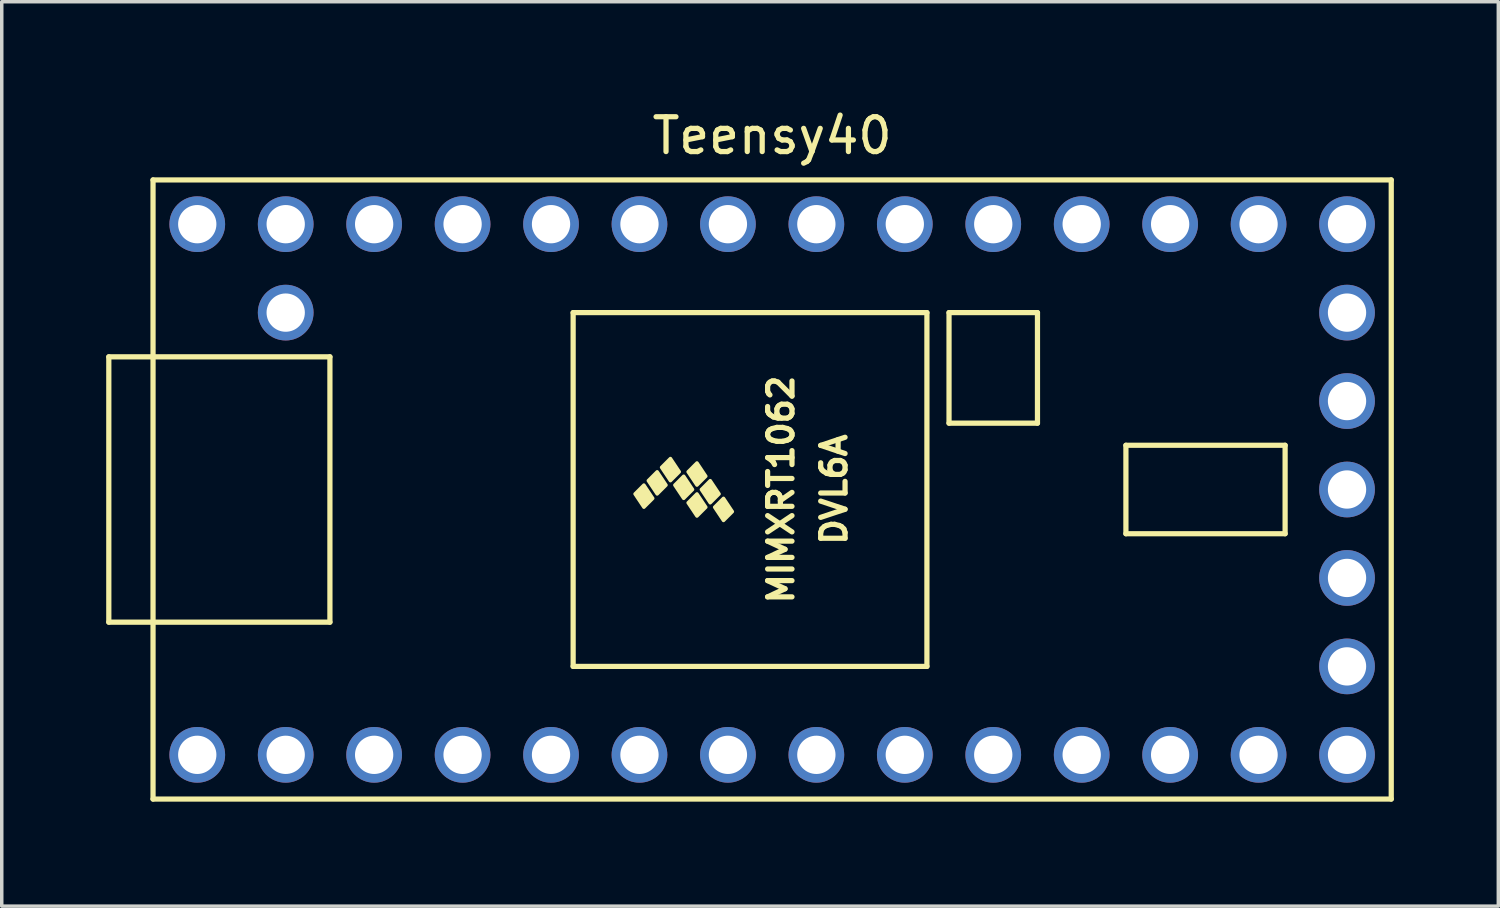
<source format=kicad_pcb>
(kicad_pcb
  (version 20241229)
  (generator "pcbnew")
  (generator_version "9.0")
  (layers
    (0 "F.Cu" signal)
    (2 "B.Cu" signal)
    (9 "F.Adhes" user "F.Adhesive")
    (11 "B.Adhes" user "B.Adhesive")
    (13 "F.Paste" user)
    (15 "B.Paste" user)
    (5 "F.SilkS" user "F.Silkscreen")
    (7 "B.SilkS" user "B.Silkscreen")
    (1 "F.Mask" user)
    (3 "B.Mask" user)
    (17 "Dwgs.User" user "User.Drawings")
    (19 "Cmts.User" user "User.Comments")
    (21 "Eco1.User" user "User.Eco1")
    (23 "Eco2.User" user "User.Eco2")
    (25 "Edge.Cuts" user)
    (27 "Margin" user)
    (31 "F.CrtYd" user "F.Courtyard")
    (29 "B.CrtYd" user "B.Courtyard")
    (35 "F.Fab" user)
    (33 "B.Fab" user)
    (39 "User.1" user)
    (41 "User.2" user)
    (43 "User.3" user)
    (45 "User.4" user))
  (footprint "Teensy40"
    (layer "F.Cu")
    (at 19.125 11.008)
    (property "Reference" "Teensy40" (at 0 -10.16 0) (layer "F.SilkS") (effects (font (size 1 1) (thickness 0.15))))
    (attr through_hole)
    (fp_line (start -19.05 -3.81) (end -17.78 -3.81) (stroke (width 0.15) (type solid)) (layer "F.SilkS"))
    (fp_line (start -19.05 3.81) (end -19.05 -3.81) (stroke (width 0.15) (type solid)) (layer "F.SilkS"))
    (fp_line (start -17.78 -8.89) (end 17.78 -8.89) (stroke (width 0.15) (type solid)) (layer "F.SilkS"))
    (fp_line (start -17.78 3.81) (end -19.05 3.81) (stroke (width 0.15) (type solid)) (layer "F.SilkS"))
    (fp_line (start -17.78 8.89) (end -17.78 -8.89) (stroke (width 0.15) (type solid)) (layer "F.SilkS"))
    (fp_line (start -12.7 -3.81) (end -17.78 -3.81) (stroke (width 0.15) (type solid)) (layer "F.SilkS"))
    (fp_line (start -12.7 3.81) (end -17.78 3.81) (stroke (width 0.15) (type solid)) (layer "F.SilkS"))
    (fp_line (start -12.7 3.81) (end -12.7 -3.81) (stroke (width 0.15) (type solid)) (layer "F.SilkS"))
    (fp_line (start -5.715 -5.08) (end -5.715 5.08) (stroke (width 0.15) (type solid)) (layer "F.SilkS"))
    (fp_line (start 4.445 -5.08) (end -5.715 -5.08) (stroke (width 0.15) (type solid)) (layer "F.SilkS"))
    (fp_line (start 4.445 5.08) (end -5.715 5.08) (stroke (width 0.15) (type solid)) (layer "F.SilkS"))
    (fp_line (start 4.445 5.08) (end 4.445 -5.08) (stroke (width 0.15) (type solid)) (layer "F.SilkS"))
    (fp_line (start 5.08 -5.08) (end 7.62 -5.08) (stroke (width 0.15) (type solid)) (layer "F.SilkS"))
    (fp_line (start 5.08 -1.905) (end 5.08 -5.08) (stroke (width 0.15) (type solid)) (layer "F.SilkS"))
    (fp_line (start 7.62 -5.08) (end 7.62 -1.905) (stroke (width 0.15) (type solid)) (layer "F.SilkS"))
    (fp_line (start 7.62 -1.905) (end 5.08 -1.905) (stroke (width 0.15) (type solid)) (layer "F.SilkS"))
    (fp_line (start 10.16 -1.27) (end 14.732 -1.27) (stroke (width 0.15) (type solid)) (layer "F.SilkS"))
    (fp_line (start 10.16 1.27) (end 10.16 -1.27) (stroke (width 0.15) (type solid)) (layer "F.SilkS"))
    (fp_line (start 14.732 -1.27) (end 14.732 1.27) (stroke (width 0.15) (type solid)) (layer "F.SilkS"))
    (fp_line (start 14.732 1.27) (end 10.16 1.27) (stroke (width 0.15) (type solid)) (layer "F.SilkS"))
    (fp_line (start 17.78 -8.89) (end 17.78 8.89) (stroke (width 0.15) (type solid)) (layer "F.SilkS"))
    (fp_line (start 17.78 8.89) (end -17.78 8.89) (stroke (width 0.15) (type solid)) (layer "F.SilkS"))
    (fp_poly (pts (xy -3.937 0.127) (xy -3.683 -0.127) (xy -3.429 0.254) (xy -3.683 0.508)) (stroke (width 0.1) (type solid)) (fill yes) (layer "F.SilkS"))
    (fp_poly (pts (xy -3.556 -0.254) (xy -3.302 -0.508) (xy -3.048 -0.127) (xy -3.302 0.127)) (stroke (width 0.1) (type solid)) (fill yes) (layer "F.SilkS"))
    (fp_poly (pts (xy -3.175 -0.635) (xy -2.921 -0.889) (xy -2.667 -0.508) (xy -2.921 -0.254)) (stroke (width 0.1) (type solid)) (fill yes) (layer "F.SilkS"))
    (fp_poly (pts (xy -2.794 -0.127) (xy -2.54 -0.381) (xy -2.286 0) (xy -2.54 0.254)) (stroke (width 0.1) (type solid)) (fill yes) (layer "F.SilkS"))
    (fp_poly (pts (xy -2.413 -0.508) (xy -2.159 -0.762) (xy -1.905 -0.381) (xy -2.159 -0.127)) (stroke (width 0.1) (type solid)) (fill yes) (layer "F.SilkS"))
    (fp_poly (pts (xy -2.413 0.381) (xy -2.159 0.127) (xy -1.905 0.508) (xy -2.159 0.762)) (stroke (width 0.1) (type solid)) (fill yes) (layer "F.SilkS"))
    (fp_poly (pts (xy -2.032 0) (xy -1.778 -0.254) (xy -1.524 0.127) (xy -1.778 0.381)) (stroke (width 0.1) (type solid)) (fill yes) (layer "F.SilkS"))
    (fp_poly (pts (xy -1.651 0.508) (xy -1.397 0.254) (xy -1.143 0.635) (xy -1.397 0.889)) (stroke (width 0.1) (type solid)) (fill yes) (layer "F.SilkS"))
    (fp_text user "DVL6A" (at 1.778 0 90) (layer "F.SilkS") (effects (font (size 0.7 0.7) (thickness 0.15))))
    (fp_text user "MIMXRT1062" (at 0.254 0 90) (layer "F.SilkS") (effects (font (size 0.7 0.7) (thickness 0.15))))
    (pad "" smd rect (at -11.31 -1.34) (size 2 1) (layers "F.Mask" "F.Paste"))
    (pad "" smd rect (at -11.31 1.2) (size 2 1) (layers "F.Mask" "F.Paste"))
    (pad "" smd rect (at -8.3 -4.8) (size 2 1) (layers "F.Mask" "F.Paste"))
    (pad "" smd rect (at -8.3 -3.53) (size 2 1) (layers "F.Mask" "F.Paste"))
    (pad "" smd rect (at -8.3 -2.26) (size 2 1) (layers "F.Mask" "F.Paste"))
    (pad "" smd rect (at -8.3 -0.99) (size 2 1) (layers "F.Mask" "F.Paste"))
    (pad "" smd rect (at -8.3 0.28) (size 2 1) (layers "F.Mask" "F.Paste"))
    (pad "" smd rect (at -8.3 1.55) (size 2 1) (layers "F.Mask" "F.Paste"))
    (pad "" smd rect (at -8.3 2.82) (size 2 1) (layers "F.Mask" "F.Paste"))
    (pad "" smd rect (at -8.3 4.09) (size 2 1) (layers "F.Mask" "F.Paste"))
    (pad "" smd rect (at 8.89 -5.08) (size 2 1) (layers "F.Mask" "F.Paste"))
    (pad "" smd rect (at 8.89 -2.54) (size 2 1) (layers "F.Mask" "F.Paste"))
    (pad "" smd rect (at 8.89 0) (size 2 1) (layers "F.Mask" "F.Paste"))
    (pad "" smd rect (at 8.89 2.54) (size 2 1) (layers "F.Mask" "F.Paste"))
    (pad "" smd rect (at 8.89 5.08) (size 2 1) (layers "F.Mask" "F.Paste"))
    (pad "" smd rect (at 11.43 -5.08) (size 2 1) (layers "F.Mask" "F.Paste"))
    (pad "" smd rect (at 11.43 -2.54) (size 2 1) (layers "F.Mask" "F.Paste"))
    (pad "" smd rect (at 11.43 0) (size 2 1) (layers "F.Mask" "F.Paste"))
    (pad "" smd rect (at 11.43 2.54) (size 2 1) (layers "F.Mask" "F.Paste"))
    (pad "" smd rect (at 11.43 5.08) (size 2 1) (layers "F.Mask" "F.Paste"))
    (pad "1" thru_hole circle (at -16.51 7.62) (size 1.6 1.6) (drill 1.1) (layers "*.Cu" "*.Mask"))
    (pad "2" thru_hole circle (at -13.97 7.62) (size 1.6 1.6) (drill 1.1) (layers "*.Cu" "*.Mask"))
    (pad "3" thru_hole circle (at -11.43 7.62) (size 1.6 1.6) (drill 1.1) (layers "*.Cu" "*.Mask"))
    (pad "4" thru_hole circle (at -8.89 7.62) (size 1.6 1.6) (drill 1.1) (layers "*.Cu" "*.Mask"))
    (pad "5" thru_hole circle (at -6.35 7.62) (size 1.6 1.6) (drill 1.1) (layers "*.Cu" "*.Mask"))
    (pad "6" thru_hole circle (at -3.81 7.62) (size 1.6 1.6) (drill 1.1) (layers "*.Cu" "*.Mask"))
    (pad "7" thru_hole circle (at -1.27 7.62) (size 1.6 1.6) (drill 1.1) (layers "*.Cu" "*.Mask"))
    (pad "8" thru_hole circle (at 1.27 7.62) (size 1.6 1.6) (drill 1.1) (layers "*.Cu" "*.Mask"))
    (pad "9" thru_hole circle (at 3.81 7.62) (size 1.6 1.6) (drill 1.1) (layers "*.Cu" "*.Mask"))
    (pad "10" thru_hole circle (at 6.35 7.62) (size 1.6 1.6) (drill 1.1) (layers "*.Cu" "*.Mask"))
    (pad "11" thru_hole circle (at 8.89 7.62) (size 1.6 1.6) (drill 1.1) (layers "*.Cu" "*.Mask"))
    (pad "12" thru_hole circle (at 11.43 7.62) (size 1.6 1.6) (drill 1.1) (layers "*.Cu" "*.Mask"))
    (pad "13" thru_hole circle (at 13.97 7.62) (size 1.6 1.6) (drill 1.1) (layers "*.Cu" "*.Mask"))
    (pad "14" thru_hole circle (at 16.51 7.62) (size 1.6 1.6) (drill 1.1) (layers "*.Cu" "*.Mask"))
    (pad "15" thru_hole circle (at 16.51 5.08) (size 1.6 1.6) (drill 1.1) (layers "*.Cu" "*.Mask"))
    (pad "16" thru_hole circle (at 16.51 2.54) (size 1.6 1.6) (drill 1.1) (layers "*.Cu" "*.Mask"))
    (pad "17" thru_hole circle (at 16.51 0) (size 1.6 1.6) (drill 1.1) (layers "*.Cu" "*.Mask"))
    (pad "18" thru_hole circle (at 16.51 -2.54) (size 1.6 1.6) (drill 1.1) (layers "*.Cu" "*.Mask"))
    (pad "19" thru_hole circle (at 16.51 -5.08) (size 1.6 1.6) (drill 1.1) (layers "*.Cu" "*.Mask"))
    (pad "20" thru_hole circle (at 16.51 -7.62) (size 1.6 1.6) (drill 1.1) (layers "*.Cu" "*.Mask"))
    (pad "21" thru_hole circle (at 13.97 -7.62) (size 1.6 1.6) (drill 1.1) (layers "*.Cu" "*.Mask"))
    (pad "22" thru_hole circle (at 11.43 -7.62) (size 1.6 1.6) (drill 1.1) (layers "*.Cu" "*.Mask"))
    (pad "23" thru_hole circle (at 8.89 -7.62) (size 1.6 1.6) (drill 1.1) (layers "*.Cu" "*.Mask"))
    (pad "24" thru_hole circle (at 6.35 -7.62) (size 1.6 1.6) (drill 1.1) (layers "*.Cu" "*.Mask"))
    (pad "25" thru_hole circle (at 3.81 -7.62) (size 1.6 1.6) (drill 1.1) (layers "*.Cu" "*.Mask"))
    (pad "26" thru_hole circle (at 1.27 -7.62) (size 1.6 1.6) (drill 1.1) (layers "*.Cu" "*.Mask"))
    (pad "27" thru_hole circle (at -1.27 -7.62) (size 1.6 1.6) (drill 1.1) (layers "*.Cu" "*.Mask"))
    (pad "28" thru_hole circle (at -3.81 -7.62) (size 1.6 1.6) (drill 1.1) (layers "*.Cu" "*.Mask"))
    (pad "29" thru_hole circle (at -6.35 -7.62) (size 1.6 1.6) (drill 1.1) (layers "*.Cu" "*.Mask"))
    (pad "30" thru_hole circle (at -8.89 -7.62) (size 1.6 1.6) (drill 1.1) (layers "*.Cu" "*.Mask"))
    (pad "31" thru_hole circle (at -11.43 -7.62) (size 1.6 1.6) (drill 1.1) (layers "*.Cu" "*.Mask"))
    (pad "32" thru_hole circle (at -13.97 -7.62) (size 1.6 1.6) (drill 1.1) (layers "*.Cu" "*.Mask"))
    (pad "33" thru_hole circle (at -16.51 -7.62) (size 1.6 1.6) (drill 1.1) (layers "*.Cu" "*.Mask"))
    (pad "34" thru_hole circle (at -13.97 -5.08) (size 1.6 1.6) (drill 1.1) (layers "*.Cu" "*.Mask")))
  (gr_rect
    (start -3 -3)
    (end 39.98 22.973)
    (stroke (width 0.1) (type default))
    (fill no)
    (layer "Edge.Cuts")))
</source>
